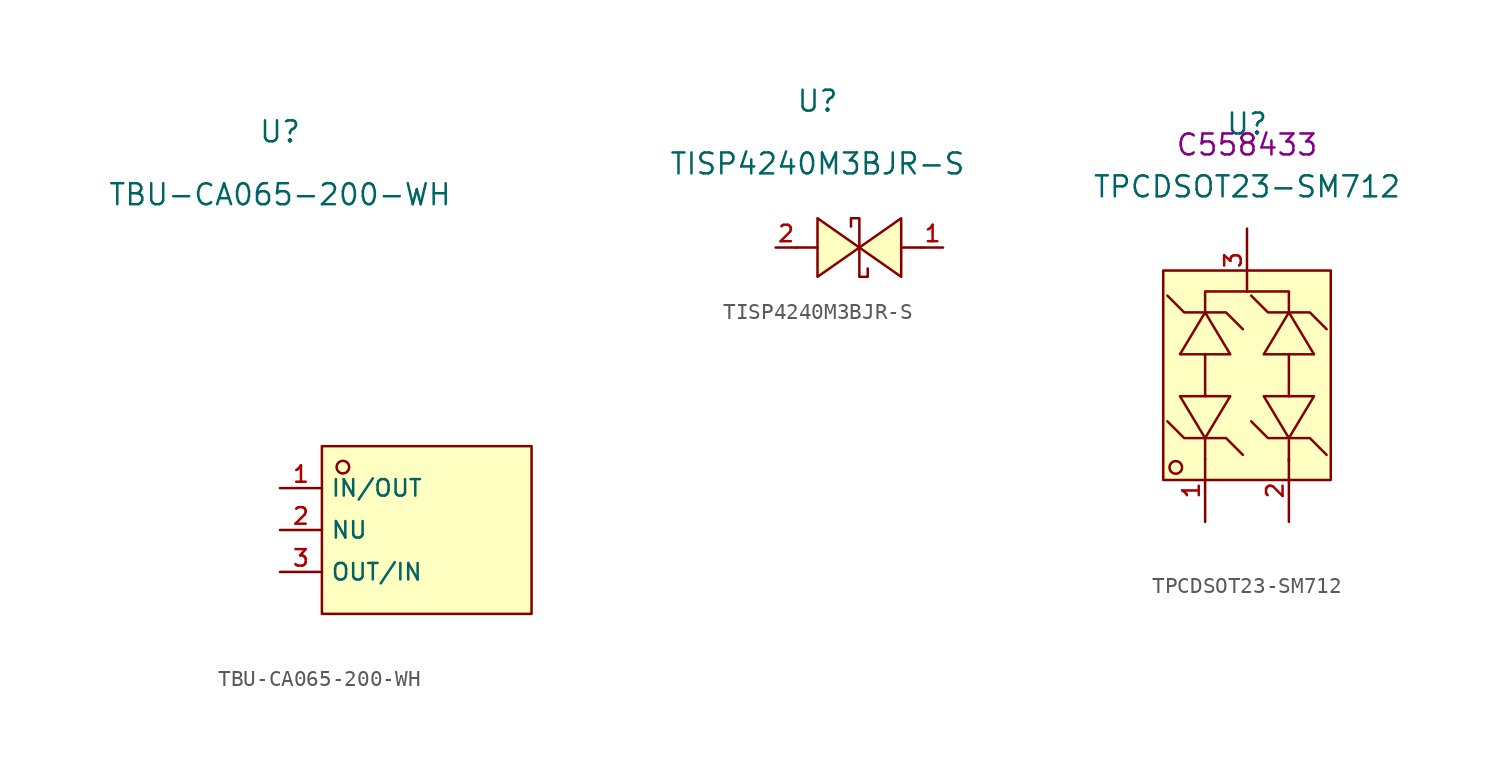
<source format=kicad_sym>
(kicad_symbol_lib
  (version 20211014)
  (generator kicad_symbol_editor)
  (symbol "TBU-CA065-200-WH"
    (property "Reference" "U"
      (at 0 1.27 0)
      (effects (font (size 1.27 1.27))))
    (property "Value" "TBU-CA065-200-WH"
      (at 0 -2.54 0)
      (effects (font (size 1.27 1.27))))
    (symbol "TBU-CA065-200-WH_0_0"
      (rectangle (start 2.54 -17.78) (end 15.24 -27.94) (stroke (width 0) (type default) (color 0 0 0 0)) (fill (type background)))
      (circle (center 3.81 -19.05) (radius 0.381) (stroke (width 0) (type default) (color 0 0 0 0)) (fill (type background)))
      (pin unspecified line (at 0 -20.32 0) (length 2.54) (name "IN/OUT" (effects (font (size 1 1)))) (number "1" (effects (font (size 1 1)))))
      (pin unspecified line (at 0 -22.86 0) (length 2.54) (name "NU" (effects (font (size 1 1)))) (number "2" (effects (font (size 1 1)))))
      (pin unspecified line (at 0 -25.4 0) (length 2.54) (name "OUT/IN" (effects (font (size 1 1)))) (number "3" (effects (font (size 1 1)))))))
  (symbol "TISP4240M3BJR-S"
    (pin_names hide)
    (property "Reference" "U"
      (at 0 1.27 0)
      (effects (font (size 1.27 1.27))))
    (property "Value" "TISP4240M3BJR-S"
      (at 0 -2.54 0)
      (effects (font (size 1.27 1.27))))
    (symbol "TISP4240M3BJR-S_0_0"
      (polyline (pts (xy 0 -7.62) (xy -1.27 -7.62)) (stroke (width 0) (type default) (color 0 0 0 0)) (fill (type none)))
      (polyline (pts (xy 6.35 -7.62) (xy 5.08 -7.62)) (stroke (width 0) (type default) (color 0 0 0 0)) (fill (type none)))
      (polyline (pts (xy 0 -9.398) (xy 2.54 -7.62) (xy 0 -5.842) (xy 0 -9.398)) (stroke (width 0) (type default) (color 0 0 0 0)) (fill (type background)))
      (polyline (pts (xy 5.08 -5.842) (xy 2.54 -7.62) (xy 5.08 -9.398) (xy 5.08 -5.842)) (stroke (width 0) (type default) (color 0 0 0 0)) (fill (type background)))
      (polyline (pts (xy 2.032 -6.35) (xy 2.032 -5.842) (xy 2.54 -5.842) (xy 2.54 -9.398) (xy 3.048 -9.398) (xy 3.048 -8.89)) (stroke (width 0) (type default) (color 0 0 0 0)) (fill (type none)))
      (pin unspecified line (at 7.62 -7.62 180) (length 1.27) (name "A" (effects (font (size 1 1)))) (number "1" (effects (font (size 1 1)))))
      (pin unspecified line (at -2.54 -7.62 0) (length 1.27) (name "K" (effects (font (size 1 1)))) (number "2" (effects (font (size 1 1)))))))
  (symbol "TPCDSOT23-SM712"
    (pin_names hide)
    (property "Reference" "U"
      (at 0 1.27 0)
      (effects (font (size 1.27 1.27))))
    (property "Value" "TPCDSOT23-SM712"
      (at 0 -2.54 0)
      (effects (font (size 1.27 1.27))))
    (property "LCSC" "C558433"
      (at 0 0 0)
      (effects (font (size 1.27 1.27))))
    (symbol "TPCDSOT23-SM712_0_0"
      (rectangle (start -5.08 -7.62) (end 5.08 -20.32) (stroke (width 0) (type default) (color 0 0 0 0)) (fill (type background)))
      (circle (center -4.318 -19.558) (radius 0.381) (stroke (width 0) (type default) (color 0 0 0 0)) (fill (type background)))
      (polyline (pts (xy -2.54 -17.78) (xy -2.54 -19.05)) (stroke (width 0) (type default) (color 0 0 0 0)) (fill (type none)))
      (polyline (pts (xy -2.54 -12.7) (xy -2.54 -15.24)) (stroke (width 0) (type default) (color 0 0 0 0)) (fill (type none)))
      (polyline (pts (xy 2.54 -17.907) (xy 2.54 -19.177)) (stroke (width 0) (type default) (color 0 0 0 0)) (fill (type none)))
      (polyline (pts (xy 2.54 -12.7) (xy 2.54 -15.24)) (stroke (width 0) (type default) (color 0 0 0 0)) (fill (type none)))
      (polyline (pts (xy -4.826 -9.144) (xy -3.81 -10.16) (xy -1.27 -10.16) (xy -0.254 -11.176)) (stroke (width 0) (type default) (color 0 0 0 0)) (fill (type none)))
      (polyline (pts (xy -4.064 -15.24) (xy -2.54 -17.78) (xy -1.016 -15.24) (xy -4.064 -15.24)) (stroke (width 0) (type default) (color 0 0 0 0)) (fill (type background)))
      (polyline (pts (xy -2.54 -10.16) (xy -2.54 -8.89) (xy 2.54 -8.89) (xy 2.54 -10.16)) (stroke (width 0) (type default) (color 0 0 0 0)) (fill (type none)))
      (polyline (pts (xy -1.016 -12.7) (xy -2.54 -10.16) (xy -4.064 -12.7) (xy -1.016 -12.7)) (stroke (width 0) (type default) (color 0 0 0 0)) (fill (type background)))
      (polyline (pts (xy -0.254 -18.796) (xy -1.27 -17.78) (xy -3.81 -17.78) (xy -4.826 -16.764)) (stroke (width 0) (type default) (color 0 0 0 0)) (fill (type none)))
      (polyline (pts (xy 0.254 -9.144) (xy 1.27 -10.16) (xy 3.81 -10.16) (xy 4.826 -11.176)) (stroke (width 0) (type default) (color 0 0 0 0)) (fill (type none)))
      (polyline (pts (xy 1.016 -15.24) (xy 2.54 -17.78) (xy 4.064 -15.24) (xy 1.016 -15.24)) (stroke (width 0) (type default) (color 0 0 0 0)) (fill (type background)))
      (polyline (pts (xy 4.064 -12.7) (xy 2.54 -10.16) (xy 1.016 -12.7) (xy 4.064 -12.7)) (stroke (width 0) (type default) (color 0 0 0 0)) (fill (type background)))
      (polyline (pts (xy 4.826 -18.796) (xy 3.81 -17.78) (xy 1.27 -17.78) (xy 0.254 -16.764)) (stroke (width 0) (type default) (color 0 0 0 0)) (fill (type none)))
      (pin unspecified line (at -2.54 -22.86 90) (length 3.81) (name "1" (effects (font (size 1 1)))) (number "1" (effects (font (size 1 1)))))
      (pin unspecified line (at 2.54 -22.86 90) (length 3.81) (name "2" (effects (font (size 1 1)))) (number "2" (effects (font (size 1 1)))))
      (pin unspecified line (at 0 -5.08 270) (length 3.81) (name "3" (effects (font (size 1 1)))) (number "3" (effects (font (size 1 1))))))))
</source>
